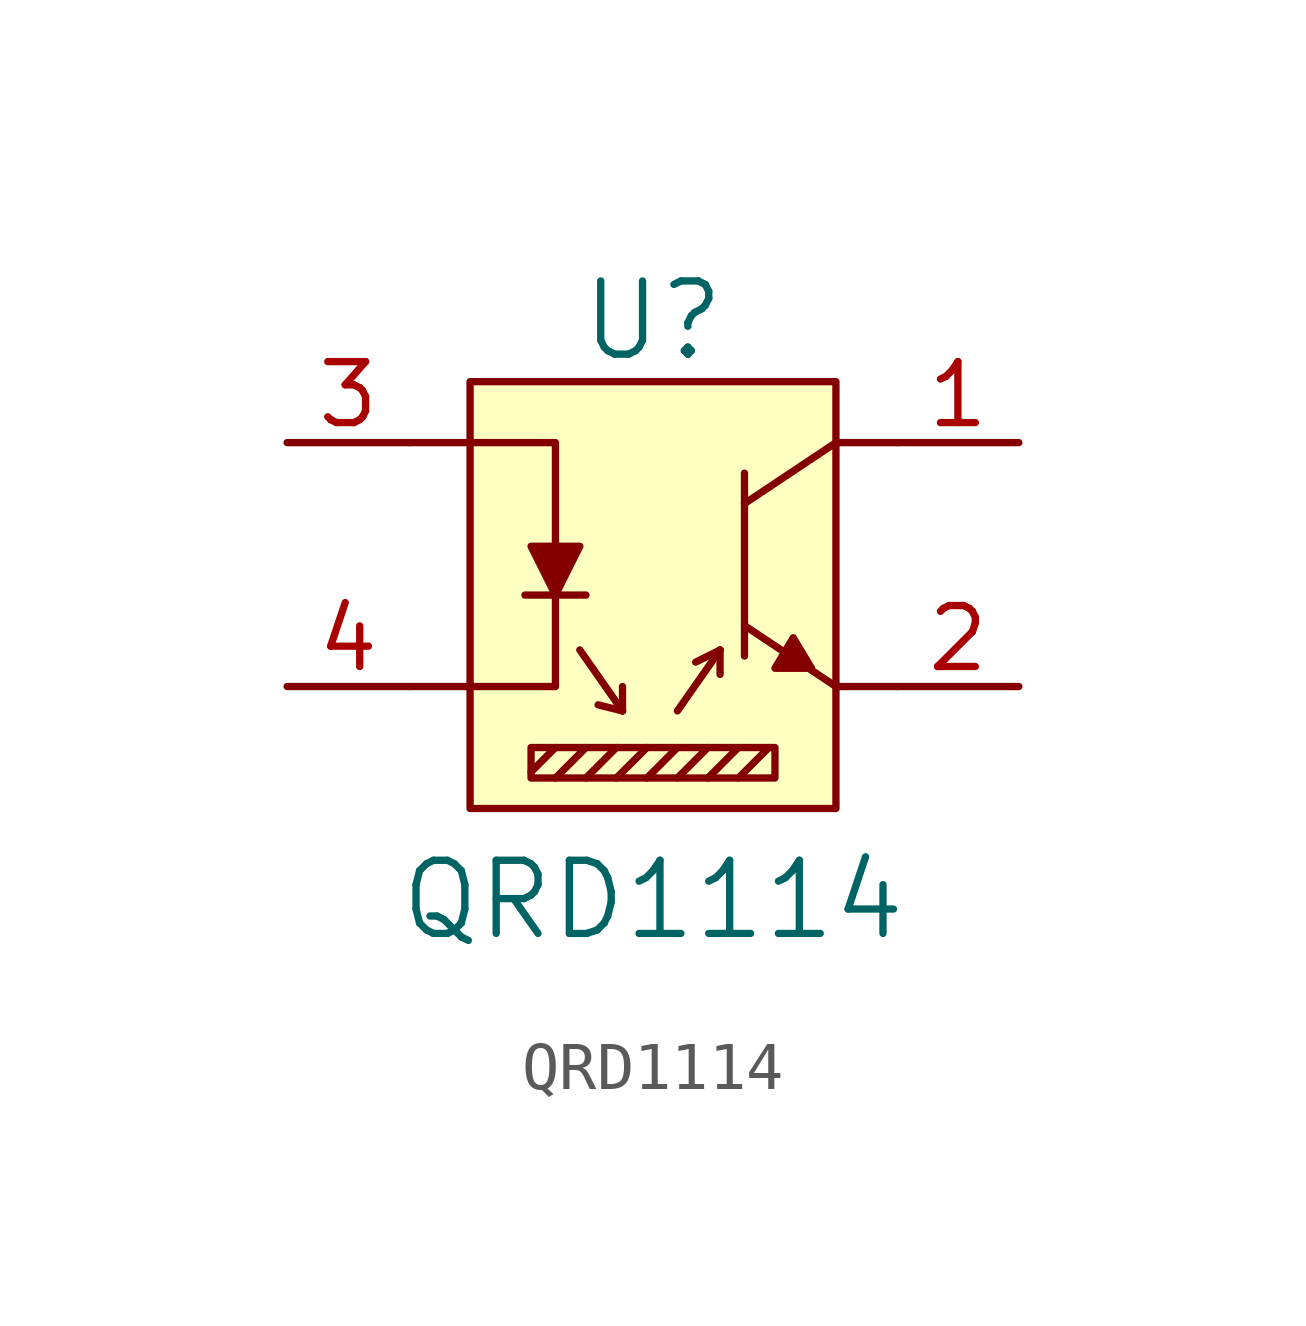
<source format=kicad_sym>
(kicad_symbol_lib
  (version 20211014)
  (generator kicad_symbol_editor)
  (symbol "QRD1114"
    (pin_names
      (offset 1.016))
    (property "Reference" "U"
      (at 0 5.08 0)
      (effects (font (size 1.524 1.524))))
    (property "Value" "QRD1114"
      (at 0 -6.985 0)
      (effects (font (size 1.524 1.524))))
    (symbol "QRD1114_0_1"
      (rectangle (start -3.81 3.81) (end 3.81 -5.08) (stroke (width 0) (type default) (color 0 0 0 0)) (fill (type background)))
      (rectangle (start -2.54 -3.81) (end 2.54 -4.445) (stroke (width 0) (type default) (color 0 0 0 0)) (fill (type none)))
      (polyline (pts (xy -2.667 -0.635) (xy -1.397 -0.635)) (stroke (width 0) (type default) (color 0 0 0 0)) (fill (type none)))
      (polyline (pts (xy -2.54 -4.318) (xy -2.032 -3.81)) (stroke (width 0) (type default) (color 0 0 0 0)) (fill (type none)))
      (polyline (pts (xy -2.032 -4.445) (xy -1.397 -3.81)) (stroke (width 0) (type default) (color 0 0 0 0)) (fill (type none)))
      (polyline (pts (xy -1.524 -1.778) (xy -0.635 -3.048)) (stroke (width 0) (type default) (color 0 0 0 0)) (fill (type none)))
      (polyline (pts (xy -1.397 -4.445) (xy -0.762 -3.81)) (stroke (width 0) (type default) (color 0 0 0 0)) (fill (type none)))
      (polyline (pts (xy -0.762 -4.445) (xy -0.127 -3.81)) (stroke (width 0) (type default) (color 0 0 0 0)) (fill (type none)))
      (polyline (pts (xy -0.635 -3.048) (xy -1.143 -2.921)) (stroke (width 0) (type default) (color 0 0 0 0)) (fill (type none)))
      (polyline (pts (xy -0.635 -3.048) (xy -0.635 -2.54)) (stroke (width 0) (type default) (color 0 0 0 0)) (fill (type none)))
      (polyline (pts (xy -0.127 -4.445) (xy 0.508 -3.81)) (stroke (width 0) (type default) (color 0 0 0 0)) (fill (type none)))
      (polyline (pts (xy 0.508 -4.445) (xy 1.143 -3.81)) (stroke (width 0) (type default) (color 0 0 0 0)) (fill (type none)))
      (polyline (pts (xy 0.508 -3.048) (xy 1.397 -1.778)) (stroke (width 0) (type default) (color 0 0 0 0)) (fill (type none)))
      (polyline (pts (xy 1.143 -4.445) (xy 1.778 -3.81)) (stroke (width 0) (type default) (color 0 0 0 0)) (fill (type none)))
      (polyline (pts (xy 1.397 -1.778) (xy 0.889 -2.032)) (stroke (width 0) (type default) (color 0 0 0 0)) (fill (type none)))
      (polyline (pts (xy 1.397 -1.778) (xy 1.397 -2.286)) (stroke (width 0) (type default) (color 0 0 0 0)) (fill (type none)))
      (polyline (pts (xy 1.778 -4.445) (xy 2.413 -3.81)) (stroke (width 0) (type default) (color 0 0 0 0)) (fill (type none)))
      (polyline (pts (xy 1.905 -1.27) (xy 3.81 -2.54)) (stroke (width 0) (type default) (color 0 0 0 0)) (fill (type none)))
      (polyline (pts (xy 1.905 1.905) (xy 1.905 -1.905)) (stroke (width 0) (type default) (color 0 0 0 0)) (fill (type none)))
      (polyline (pts (xy 3.81 -2.54) (xy 5.08 -2.54)) (stroke (width 0) (type default) (color 0 0 0 0)) (fill (type none)))
      (polyline (pts (xy 3.81 2.54) (xy 1.905 1.27)) (stroke (width 0) (type default) (color 0 0 0 0)) (fill (type none)))
      (polyline (pts (xy 3.81 2.54) (xy 5.08 2.54)) (stroke (width 0) (type default) (color 0 0 0 0)) (fill (type none)))
      (polyline (pts (xy -5.08 2.54) (xy -2.032 2.54) (xy -2.032 0.381)) (stroke (width 0) (type default) (color 0 0 0 0)) (fill (type none)))
      (polyline (pts (xy -2.032 -0.635) (xy -2.032 -2.54) (xy -5.08 -2.54)) (stroke (width 0) (type default) (color 0 0 0 0)) (fill (type none)))
      (polyline (pts (xy -2.54 0.381) (xy -1.524 0.381) (xy -2.032 -0.635) (xy -2.54 0.381)) (stroke (width 0) (type default) (color 0 0 0 0)) (fill (type outline)))
      (polyline (pts (xy 2.921 -1.524) (xy 2.54 -2.159) (xy 3.302 -2.159) (xy 2.921 -1.524)) (stroke (width 0) (type default) (color 0 0 0 0)) (fill (type outline))))
    (symbol "QRD1114_1_1"
      (pin passive line (at 7.62 2.54 180) (length 2.54) (name "~" (effects (font (size 1.27 1.27)))) (number "1" (effects (font (size 1.27 1.27)))))
      (pin passive line (at 7.62 -2.54 180) (length 2.54) (name "~" (effects (font (size 1.27 1.27)))) (number "2" (effects (font (size 1.27 1.27)))))
      (pin passive line (at -7.62 2.54 0) (length 2.54) (name "~" (effects (font (size 1.27 1.27)))) (number "3" (effects (font (size 1.27 1.27)))))
      (pin passive line (at -7.62 -2.54 0) (length 2.54) (name "~" (effects (font (size 1.27 1.27)))) (number "4" (effects (font (size 1.27 1.27))))))))
</source>
